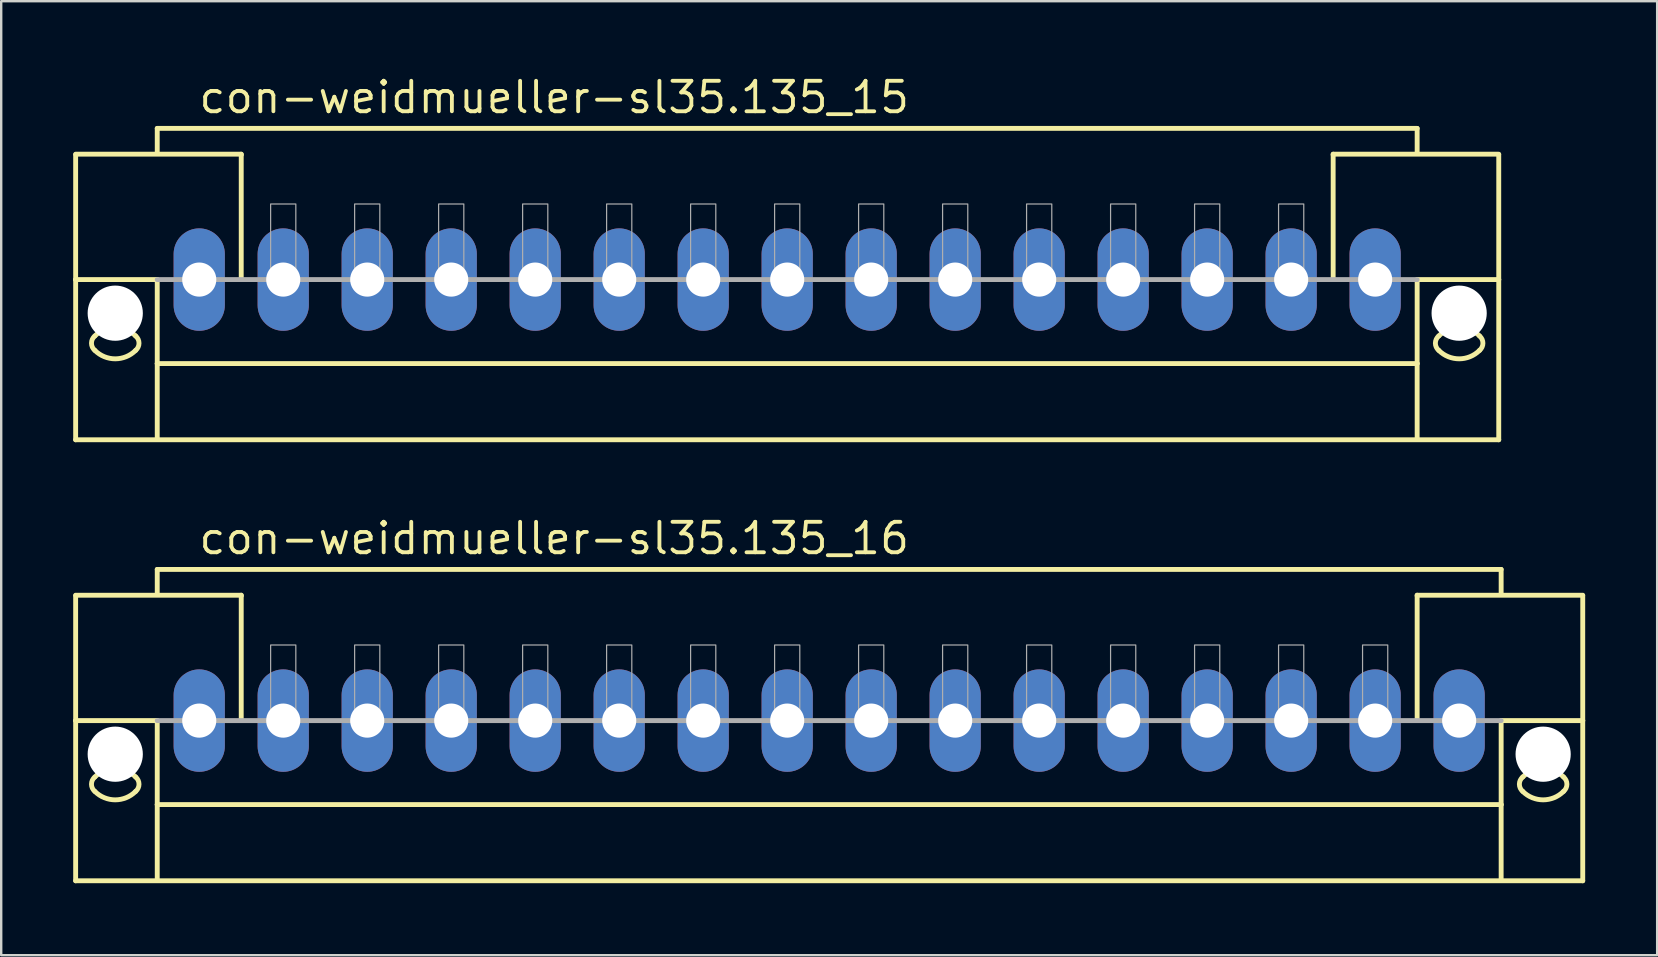
<source format=kicad_pcb>
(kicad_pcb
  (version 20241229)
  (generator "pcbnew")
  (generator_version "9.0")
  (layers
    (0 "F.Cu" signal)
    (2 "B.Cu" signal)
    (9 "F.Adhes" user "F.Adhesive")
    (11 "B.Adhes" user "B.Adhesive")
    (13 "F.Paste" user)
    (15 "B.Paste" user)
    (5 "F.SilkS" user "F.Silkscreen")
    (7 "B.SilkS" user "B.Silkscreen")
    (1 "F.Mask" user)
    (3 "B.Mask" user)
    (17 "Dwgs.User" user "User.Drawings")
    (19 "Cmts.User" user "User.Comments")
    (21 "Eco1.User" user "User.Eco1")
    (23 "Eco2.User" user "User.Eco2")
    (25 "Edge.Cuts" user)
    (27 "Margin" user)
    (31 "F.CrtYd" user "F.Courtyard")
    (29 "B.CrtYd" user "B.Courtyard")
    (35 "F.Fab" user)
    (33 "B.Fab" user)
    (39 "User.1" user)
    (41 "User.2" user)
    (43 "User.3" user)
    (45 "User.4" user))
  (footprint "con-weidmueller-sl35.135_16"
    (layer "F.Cu")
    (at 31.502 26.977)
    (property "Reference" "con-weidmueller-sl35.135_16" (at -26.35 -6.85 0) (layer "F.SilkS") (effects (font (size 1.27 1.27) (thickness 0.16)) (justify left bottom)))
    (attr through_hole)
    (fp_line (start -31.4 -5.225) (end -24.5 -5.225) (stroke (width 0.203) (type default)) (layer "F.SilkS"))
    (fp_line (start -31.4 -5.2) (end -31.4 0) (stroke (width 0.203) (type default)) (layer "F.SilkS"))
    (fp_line (start -31.4 0) (end -31.4 6.675) (stroke (width 0.203) (type default)) (layer "F.SilkS"))
    (fp_line (start -31.4 0) (end -28 0) (stroke (width 0.203) (type default)) (layer "F.SilkS"))
    (fp_line (start -31.4 6.675) (end 31.4 6.675) (stroke (width 0.203) (type default)) (layer "F.SilkS"))
    (fp_line (start -28 -6.3) (end 28 -6.3) (stroke (width 0.203) (type default)) (layer "F.SilkS"))
    (fp_line (start -28 -5.3) (end -28 -6.3) (stroke (width 0.203) (type default)) (layer "F.SilkS"))
    (fp_line (start -28 0) (end -28 3.5) (stroke (width 0.203) (type default)) (layer "F.SilkS"))
    (fp_line (start -28 3.5) (end 28 3.5) (stroke (width 0.203) (type default)) (layer "F.SilkS"))
    (fp_line (start -28 6.65) (end -28 3.5) (stroke (width 0.203) (type default)) (layer "F.SilkS"))
    (fp_line (start -24.5 -5.225) (end -24.5 -5.2) (stroke (width 0.203) (type default)) (layer "F.SilkS"))
    (fp_line (start -24.5 -5.175) (end -24.5 0) (stroke (width 0.203) (type default)) (layer "F.SilkS"))
    (fp_line (start 24.5 -5.225) (end 31.4 -5.225) (stroke (width 0.203) (type default)) (layer "F.SilkS"))
    (fp_line (start 24.5 -5.2) (end 24.5 -5.225) (stroke (width 0.203) (type default)) (layer "F.SilkS"))
    (fp_line (start 24.5 0) (end 24.5 -5.175) (stroke (width 0.203) (type default)) (layer "F.SilkS"))
    (fp_line (start 28 -6.3) (end 28 -5.3) (stroke (width 0.203) (type default)) (layer "F.SilkS"))
    (fp_line (start 28 3.5) (end 28 0) (stroke (width 0.203) (type default)) (layer "F.SilkS"))
    (fp_line (start 28 6.65) (end 28 3.5) (stroke (width 0.203) (type default)) (layer "F.SilkS"))
    (fp_line (start 31.4 0) (end 28 0) (stroke (width 0.203) (type default)) (layer "F.SilkS"))
    (fp_line (start 31.4 0) (end 31.4 -5.2) (stroke (width 0.203) (type default)) (layer "F.SilkS"))
    (fp_line (start 31.4 6.675) (end 31.4 0) (stroke (width 0.203) (type default)) (layer "F.SilkS"))
    (fp_arc (start -30.6 2.35) (mid -29.75 1.997918) (end -28.9 2.35) (stroke (width 0.2032) (type default)) (layer "F.SilkS"))
    (fp_arc (start -30.6 2.95) (mid -30.740512 2.65) (end -30.6 2.35) (stroke (width 0.2032) (type default)) (layer "F.SilkS"))
    (fp_arc (start -28.9 2.35) (mid -28.759488 2.65) (end -28.9 2.95) (stroke (width 0.2032) (type default)) (layer "F.SilkS"))
    (fp_arc (start -28.9 2.95) (mid -29.75 3.302082) (end -30.6 2.95) (stroke (width 0.2032) (type default)) (layer "F.SilkS"))
    (fp_arc (start 28.9 2.35) (mid 29.75 1.997918) (end 30.6 2.35) (stroke (width 0.2032) (type default)) (layer "F.SilkS"))
    (fp_arc (start 28.9 2.95) (mid 28.759488 2.65) (end 28.9 2.35) (stroke (width 0.2032) (type default)) (layer "F.SilkS"))
    (fp_arc (start 30.6 2.35) (mid 30.740512 2.65) (end 30.6 2.95) (stroke (width 0.2032) (type default)) (layer "F.SilkS"))
    (fp_arc (start 30.6 2.95) (mid 29.75 3.302082) (end 28.9 2.95) (stroke (width 0.2032) (type default)) (layer "F.SilkS"))
    (fp_line (start 28 0) (end -28 0) (stroke (width 0.203) (type default)) (layer "F.Fab"))
    (fp_rect (start -23.275 0) (end -22.225 -3.15) (stroke (width 0.05) (type default)) (fill no) (layer "F.Fab"))
    (fp_rect (start -19.775 0) (end -18.725 -3.15) (stroke (width 0.05) (type default)) (fill no) (layer "F.Fab"))
    (fp_rect (start -16.275 0) (end -15.225 -3.15) (stroke (width 0.05) (type default)) (fill no) (layer "F.Fab"))
    (fp_rect (start -12.775 0) (end -11.725 -3.15) (stroke (width 0.05) (type default)) (fill no) (layer "F.Fab"))
    (fp_rect (start -9.275 0) (end -8.225 -3.15) (stroke (width 0.05) (type default)) (fill no) (layer "F.Fab"))
    (fp_rect (start -5.775 0) (end -4.725 -3.15) (stroke (width 0.05) (type default)) (fill no) (layer "F.Fab"))
    (fp_rect (start -2.275 0) (end -1.225 -3.15) (stroke (width 0.05) (type default)) (fill no) (layer "F.Fab"))
    (fp_rect (start 1.225 0) (end 2.275 -3.15) (stroke (width 0.05) (type default)) (fill no) (layer "F.Fab"))
    (fp_rect (start 4.725 0) (end 5.775 -3.15) (stroke (width 0.05) (type default)) (fill no) (layer "F.Fab"))
    (fp_rect (start 8.225 0) (end 9.275 -3.15) (stroke (width 0.05) (type default)) (fill no) (layer "F.Fab"))
    (fp_rect (start 11.725 0) (end 12.775 -3.15) (stroke (width 0.05) (type default)) (fill no) (layer "F.Fab"))
    (fp_rect (start 15.225 0) (end 16.275 -3.15) (stroke (width 0.05) (type default)) (fill no) (layer "F.Fab"))
    (fp_rect (start 18.725 0) (end 19.775 -3.15) (stroke (width 0.05) (type default)) (fill no) (layer "F.Fab"))
    (fp_rect (start 22.225 0) (end 23.275 -3.15) (stroke (width 0.05) (type default)) (fill no) (layer "F.Fab"))
    (pad "" np_thru_hole circle (at -29.75 1.4) (size 2.3 2.3) (drill 2.3) (layers "*.Cu" "*.Mask"))
    (pad "" np_thru_hole circle (at 29.75 1.4) (size 2.3 2.3) (drill 2.3) (layers "*.Cu" "*.Mask"))
    (pad "1" thru_hole oval (at -26.25 0 90) (size 4.267 2.134) (drill 1.422) (layers "*.Cu" "*.Mask"))
    (pad "2" thru_hole oval (at -22.75 0 90) (size 4.267 2.134) (drill 1.422) (layers "*.Cu" "*.Mask"))
    (pad "3" thru_hole oval (at -19.25 0 90) (size 4.267 2.134) (drill 1.422) (layers "*.Cu" "*.Mask"))
    (pad "4" thru_hole oval (at -15.75 0 90) (size 4.267 2.134) (drill 1.422) (layers "*.Cu" "*.Mask"))
    (pad "5" thru_hole oval (at -12.25 0 90) (size 4.267 2.134) (drill 1.422) (layers "*.Cu" "*.Mask"))
    (pad "6" thru_hole oval (at -8.75 0 90) (size 4.267 2.134) (drill 1.422) (layers "*.Cu" "*.Mask"))
    (pad "7" thru_hole oval (at -5.25 0 90) (size 4.267 2.134) (drill 1.422) (layers "*.Cu" "*.Mask"))
    (pad "8" thru_hole oval (at -1.75 0 90) (size 4.267 2.134) (drill 1.422) (layers "*.Cu" "*.Mask"))
    (pad "9" thru_hole oval (at 1.75 0 90) (size 4.267 2.134) (drill 1.422) (layers "*.Cu" "*.Mask"))
    (pad "10" thru_hole oval (at 5.25 0 90) (size 4.267 2.134) (drill 1.422) (layers "*.Cu" "*.Mask"))
    (pad "11" thru_hole oval (at 8.75 0 90) (size 4.267 2.134) (drill 1.422) (layers "*.Cu" "*.Mask"))
    (pad "12" thru_hole oval (at 12.25 0 90) (size 4.267 2.134) (drill 1.422) (layers "*.Cu" "*.Mask"))
    (pad "13" thru_hole oval (at 15.75 0 90) (size 4.267 2.134) (drill 1.422) (layers "*.Cu" "*.Mask"))
    (pad "14" thru_hole oval (at 19.25 0 90) (size 4.267 2.134) (drill 1.422) (layers "*.Cu" "*.Mask"))
    (pad "15" thru_hole oval (at 22.75 0 90) (size 4.267 2.134) (drill 1.422) (layers "*.Cu" "*.Mask"))
    (pad "16" thru_hole oval (at 26.25 0 90) (size 4.267 2.134) (drill 1.422) (layers "*.Cu" "*.Mask")))
  (footprint "con-weidmueller-sl35.135_15"
    (layer "F.Cu")
    (at 29.752 8.6)
    (property "Reference" "con-weidmueller-sl35.135_15" (at -24.6 -6.85 0) (layer "F.SilkS") (effects (font (size 1.27 1.27) (thickness 0.16)) (justify left bottom)))
    (attr through_hole)
    (fp_line (start -29.65 -5.225) (end -22.75 -5.225) (stroke (width 0.203) (type default)) (layer "F.SilkS"))
    (fp_line (start -29.65 -5.2) (end -29.65 0) (stroke (width 0.203) (type default)) (layer "F.SilkS"))
    (fp_line (start -29.65 0) (end -29.65 6.675) (stroke (width 0.203) (type default)) (layer "F.SilkS"))
    (fp_line (start -29.65 0) (end -26.25 0) (stroke (width 0.203) (type default)) (layer "F.SilkS"))
    (fp_line (start -29.65 6.675) (end 29.65 6.675) (stroke (width 0.203) (type default)) (layer "F.SilkS"))
    (fp_line (start -26.25 -6.3) (end 26.25 -6.3) (stroke (width 0.203) (type default)) (layer "F.SilkS"))
    (fp_line (start -26.25 -5.3) (end -26.25 -6.3) (stroke (width 0.203) (type default)) (layer "F.SilkS"))
    (fp_line (start -26.25 0) (end -26.25 3.5) (stroke (width 0.203) (type default)) (layer "F.SilkS"))
    (fp_line (start -26.25 3.5) (end 26.25 3.5) (stroke (width 0.203) (type default)) (layer "F.SilkS"))
    (fp_line (start -26.25 6.65) (end -26.25 3.5) (stroke (width 0.203) (type default)) (layer "F.SilkS"))
    (fp_line (start -22.75 -5.225) (end -22.75 -5.2) (stroke (width 0.203) (type default)) (layer "F.SilkS"))
    (fp_line (start -22.75 -5.175) (end -22.75 0) (stroke (width 0.203) (type default)) (layer "F.SilkS"))
    (fp_line (start 22.75 -5.225) (end 29.65 -5.225) (stroke (width 0.203) (type default)) (layer "F.SilkS"))
    (fp_line (start 22.75 -5.2) (end 22.75 -5.225) (stroke (width 0.203) (type default)) (layer "F.SilkS"))
    (fp_line (start 22.75 0) (end 22.75 -5.175) (stroke (width 0.203) (type default)) (layer "F.SilkS"))
    (fp_line (start 26.25 -6.3) (end 26.25 -5.3) (stroke (width 0.203) (type default)) (layer "F.SilkS"))
    (fp_line (start 26.25 3.5) (end 26.25 0) (stroke (width 0.203) (type default)) (layer "F.SilkS"))
    (fp_line (start 26.25 6.65) (end 26.25 3.5) (stroke (width 0.203) (type default)) (layer "F.SilkS"))
    (fp_line (start 29.65 0) (end 26.25 0) (stroke (width 0.203) (type default)) (layer "F.SilkS"))
    (fp_line (start 29.65 0) (end 29.65 -5.2) (stroke (width 0.203) (type default)) (layer "F.SilkS"))
    (fp_line (start 29.65 6.675) (end 29.65 0) (stroke (width 0.203) (type default)) (layer "F.SilkS"))
    (fp_arc (start -28.85 2.35) (mid -28 1.997918) (end -27.15 2.35) (stroke (width 0.2032) (type default)) (layer "F.SilkS"))
    (fp_arc (start -28.85 2.95) (mid -28.990512 2.65) (end -28.85 2.35) (stroke (width 0.2032) (type default)) (layer "F.SilkS"))
    (fp_arc (start -27.15 2.35) (mid -27.009488 2.65) (end -27.15 2.95) (stroke (width 0.2032) (type default)) (layer "F.SilkS"))
    (fp_arc (start -27.15 2.95) (mid -28 3.302082) (end -28.85 2.95) (stroke (width 0.2032) (type default)) (layer "F.SilkS"))
    (fp_arc (start 27.15 2.35) (mid 28 1.997918) (end 28.85 2.35) (stroke (width 0.2032) (type default)) (layer "F.SilkS"))
    (fp_arc (start 27.15 2.95) (mid 27.009488 2.65) (end 27.15 2.35) (stroke (width 0.2032) (type default)) (layer "F.SilkS"))
    (fp_arc (start 28.85 2.35) (mid 28.990512 2.65) (end 28.85 2.95) (stroke (width 0.2032) (type default)) (layer "F.SilkS"))
    (fp_arc (start 28.85 2.95) (mid 28 3.302082) (end 27.15 2.95) (stroke (width 0.2032) (type default)) (layer "F.SilkS"))
    (fp_line (start 26.25 0) (end -26.25 0) (stroke (width 0.203) (type default)) (layer "F.Fab"))
    (fp_rect (start -21.525 0) (end -20.475 -3.15) (stroke (width 0.05) (type default)) (fill no) (layer "F.Fab"))
    (fp_rect (start -18.025 0) (end -16.975 -3.15) (stroke (width 0.05) (type default)) (fill no) (layer "F.Fab"))
    (fp_rect (start -14.525 0) (end -13.475 -3.15) (stroke (width 0.05) (type default)) (fill no) (layer "F.Fab"))
    (fp_rect (start -11.025 0) (end -9.975 -3.15) (stroke (width 0.05) (type default)) (fill no) (layer "F.Fab"))
    (fp_rect (start -7.525 0) (end -6.475 -3.15) (stroke (width 0.05) (type default)) (fill no) (layer "F.Fab"))
    (fp_rect (start -4.025 0) (end -2.975 -3.15) (stroke (width 0.05) (type default)) (fill no) (layer "F.Fab"))
    (fp_rect (start -0.525 0) (end 0.525 -3.15) (stroke (width 0.05) (type default)) (fill no) (layer "F.Fab"))
    (fp_rect (start 2.975 0) (end 4.025 -3.15) (stroke (width 0.05) (type default)) (fill no) (layer "F.Fab"))
    (fp_rect (start 6.475 0) (end 7.525 -3.15) (stroke (width 0.05) (type default)) (fill no) (layer "F.Fab"))
    (fp_rect (start 9.975 0) (end 11.025 -3.15) (stroke (width 0.05) (type default)) (fill no) (layer "F.Fab"))
    (fp_rect (start 13.475 0) (end 14.525 -3.15) (stroke (width 0.05) (type default)) (fill no) (layer "F.Fab"))
    (fp_rect (start 16.975 0) (end 18.025 -3.15) (stroke (width 0.05) (type default)) (fill no) (layer "F.Fab"))
    (fp_rect (start 20.475 0) (end 21.525 -3.15) (stroke (width 0.05) (type default)) (fill no) (layer "F.Fab"))
    (pad "" np_thru_hole circle (at -28 1.4) (size 2.3 2.3) (drill 2.3) (layers "*.Cu" "*.Mask"))
    (pad "" np_thru_hole circle (at 28 1.4) (size 2.3 2.3) (drill 2.3) (layers "*.Cu" "*.Mask"))
    (pad "1" thru_hole oval (at -24.5 0 90) (size 4.267 2.134) (drill 1.422) (layers "*.Cu" "*.Mask"))
    (pad "2" thru_hole oval (at -21 0 90) (size 4.267 2.134) (drill 1.422) (layers "*.Cu" "*.Mask"))
    (pad "3" thru_hole oval (at -17.5 0 90) (size 4.267 2.134) (drill 1.422) (layers "*.Cu" "*.Mask"))
    (pad "4" thru_hole oval (at -14 0 90) (size 4.267 2.134) (drill 1.422) (layers "*.Cu" "*.Mask"))
    (pad "5" thru_hole oval (at -10.5 0 90) (size 4.267 2.134) (drill 1.422) (layers "*.Cu" "*.Mask"))
    (pad "6" thru_hole oval (at -7 0 90) (size 4.267 2.134) (drill 1.422) (layers "*.Cu" "*.Mask"))
    (pad "7" thru_hole oval (at -3.5 0 90) (size 4.267 2.134) (drill 1.422) (layers "*.Cu" "*.Mask"))
    (pad "8" thru_hole oval (at 0 0 90) (size 4.267 2.134) (drill 1.422) (layers "*.Cu" "*.Mask"))
    (pad "9" thru_hole oval (at 3.5 0 90) (size 4.267 2.134) (drill 1.422) (layers "*.Cu" "*.Mask"))
    (pad "10" thru_hole oval (at 7 0 90) (size 4.267 2.134) (drill 1.422) (layers "*.Cu" "*.Mask"))
    (pad "11" thru_hole oval (at 10.5 0 90) (size 4.267 2.134) (drill 1.422) (layers "*.Cu" "*.Mask"))
    (pad "12" thru_hole oval (at 14 0 90) (size 4.267 2.134) (drill 1.422) (layers "*.Cu" "*.Mask"))
    (pad "13" thru_hole oval (at 17.5 0 90) (size 4.267 2.134) (drill 1.422) (layers "*.Cu" "*.Mask"))
    (pad "14" thru_hole oval (at 21 0 90) (size 4.267 2.134) (drill 1.422) (layers "*.Cu" "*.Mask"))
    (pad "15" thru_hole oval (at 24.5 0 90) (size 4.267 2.134) (drill 1.422) (layers "*.Cu" "*.Mask")))
  (gr_rect
    (start -3 -3)
    (end 66.003 36.753)
    (stroke (width 0.1) (type default))
    (fill no)
    (layer "Edge.Cuts")))
</source>
